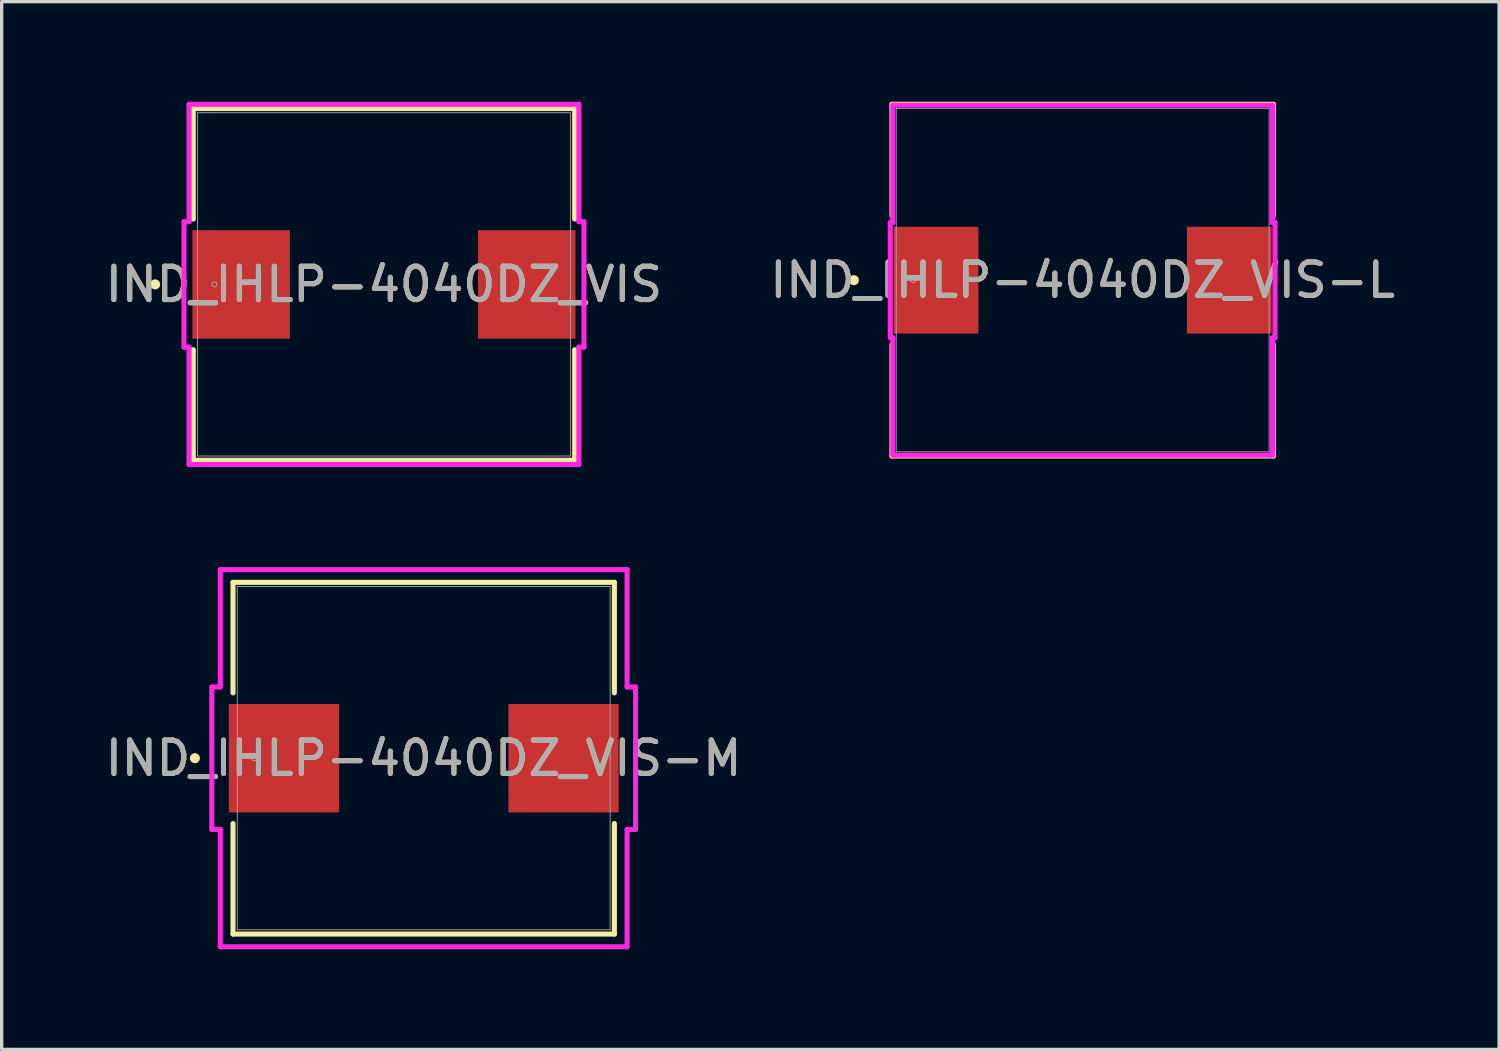
<source format=kicad_pcb>
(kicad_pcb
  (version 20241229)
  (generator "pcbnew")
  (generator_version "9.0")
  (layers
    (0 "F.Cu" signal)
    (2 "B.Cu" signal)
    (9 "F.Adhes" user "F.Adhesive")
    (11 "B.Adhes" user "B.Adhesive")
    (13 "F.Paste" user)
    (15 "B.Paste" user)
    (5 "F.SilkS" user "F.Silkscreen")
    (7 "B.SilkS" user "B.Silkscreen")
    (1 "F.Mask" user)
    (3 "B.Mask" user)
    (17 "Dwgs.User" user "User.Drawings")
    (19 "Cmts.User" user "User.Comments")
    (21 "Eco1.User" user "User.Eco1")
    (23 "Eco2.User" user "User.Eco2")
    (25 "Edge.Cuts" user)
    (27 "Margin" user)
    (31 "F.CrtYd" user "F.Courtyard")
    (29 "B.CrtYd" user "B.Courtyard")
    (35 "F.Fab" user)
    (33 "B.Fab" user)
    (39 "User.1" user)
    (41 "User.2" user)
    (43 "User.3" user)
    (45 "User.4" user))
  (footprint "IND_IHLP-4040DZ_VIS"
    (layer "F.Cu")
    (at 8.458 5.474)
    (property "Reference" "IND_IHLP-4040DZ_VIS" (at 0 0 0) (unlocked yes) (layer "F.SilkS") (effects (font (size 1 1) (thickness 0.15))))
    (attr smd)
    (fp_line (start -5.715 -5.271) (end -5.715 -1.958) (stroke (width 0.152) (type solid)) (layer "F.SilkS"))
    (fp_line (start -5.715 1.958) (end -5.715 5.271) (stroke (width 0.152) (type solid)) (layer "F.SilkS"))
    (fp_line (start -5.715 5.271) (end 5.715 5.271) (stroke (width 0.152) (type solid)) (layer "F.SilkS"))
    (fp_line (start 5.715 -5.271) (end -5.715 -5.271) (stroke (width 0.152) (type solid)) (layer "F.SilkS"))
    (fp_line (start 5.715 -1.958) (end 5.715 -5.271) (stroke (width 0.152) (type solid)) (layer "F.SilkS"))
    (fp_line (start 5.715 5.271) (end 5.715 1.958) (stroke (width 0.152) (type solid)) (layer "F.SilkS"))
    (fp_circle (center -6.858 0) (end -6.782 0) (stroke (width 0.152) (type solid)) (fill no) (layer "F.SilkS"))
    (fp_line (start -5.994 -1.88) (end -5.842 -1.88) (stroke (width 0.152) (type solid)) (layer "F.CrtYd"))
    (fp_line (start -5.994 1.88) (end -5.994 -1.88) (stroke (width 0.152) (type solid)) (layer "F.CrtYd"))
    (fp_line (start -5.842 -5.397) (end 5.842 -5.397) (stroke (width 0.152) (type solid)) (layer "F.CrtYd"))
    (fp_line (start -5.842 -1.88) (end -5.842 -5.397) (stroke (width 0.152) (type solid)) (layer "F.CrtYd"))
    (fp_line (start -5.842 1.88) (end -5.994 1.88) (stroke (width 0.152) (type solid)) (layer "F.CrtYd"))
    (fp_line (start -5.842 5.397) (end -5.842 1.88) (stroke (width 0.152) (type solid)) (layer "F.CrtYd"))
    (fp_line (start 5.842 -5.397) (end 5.842 -1.88) (stroke (width 0.152) (type solid)) (layer "F.CrtYd"))
    (fp_line (start 5.842 -1.88) (end 5.994 -1.88) (stroke (width 0.152) (type solid)) (layer "F.CrtYd"))
    (fp_line (start 5.842 1.88) (end 5.842 5.397) (stroke (width 0.152) (type solid)) (layer "F.CrtYd"))
    (fp_line (start 5.842 5.397) (end -5.842 5.397) (stroke (width 0.152) (type solid)) (layer "F.CrtYd"))
    (fp_line (start 5.994 -1.88) (end 5.994 1.88) (stroke (width 0.152) (type solid)) (layer "F.CrtYd"))
    (fp_line (start 5.994 1.88) (end 5.842 1.88) (stroke (width 0.152) (type solid)) (layer "F.CrtYd"))
    (fp_line (start -5.588 -5.144) (end -5.588 5.144) (stroke (width 0.025) (type solid)) (layer "F.Fab"))
    (fp_line (start -5.588 5.144) (end 5.588 5.144) (stroke (width 0.025) (type solid)) (layer "F.Fab"))
    (fp_line (start 5.588 -5.144) (end -5.588 -5.144) (stroke (width 0.025) (type solid)) (layer "F.Fab"))
    (fp_line (start 5.588 5.144) (end 5.588 -5.144) (stroke (width 0.025) (type solid)) (layer "F.Fab"))
    (fp_circle (center -5.08 0) (end -5.004 0) (stroke (width 0.025) (type solid)) (fill no) (layer "F.Fab"))
    (fp_text user "${REFERENCE}" (at 0 0 0) (unlocked yes) (layer "F.Fab") (effects (font (size 1 1) (thickness 0.15))))
    (pad "1" smd rect (at -4.28 0 90) (size 3.251 2.921) (layers "F.Cu" "F.Mask" "F.Paste"))
    (pad "2" smd rect (at 4.28 0 90) (size 3.251 2.921) (layers "F.Cu" "F.Mask" "F.Paste"))
    (zone (net_name "") (layer "F.Cu") (hatch full 0.508) (connect_pads) (min_thickness 0.254) (filled_areas_thickness no) (keepout (tracks not_allowed) (vias not_allowed) (pads allowed) (copperpour not_allowed) (footprints allowed)) (placement (enabled no)) (fill) (polygon (pts (xy 2.921 0.381) (xy 13.996 0.381) (xy 13.996 3.797) (xy 2.921 3.797))))
    (zone (net_name "") (layer "F.Cu") (hatch full 0.508) (connect_pads) (min_thickness 0.254) (filled_areas_thickness no) (keepout (tracks not_allowed) (vias not_allowed) (pads allowed) (copperpour not_allowed) (footprints allowed)) (placement (enabled no)) (fill) (polygon (pts (xy 2.921 7.15) (xy 13.996 7.15) (xy 13.996 10.566) (xy 2.921 10.566))))
    (zone (net_name "") (layer "F.Cu") (hatch full 0.508) (connect_pads) (min_thickness 0.254) (filled_areas_thickness no) (keepout (tracks not_allowed) (vias not_allowed) (pads allowed) (copperpour not_allowed) (footprints allowed)) (placement (enabled no)) (fill) (polygon (pts (xy 5.69 3.797) (xy 11.227 3.797) (xy 11.227 7.15) (xy 5.69 7.15)))))
  (footprint "IND_IHLP-4040DZ_VIS-L"
    (layer "F.Cu")
    (at 29.399 5.347)
    (property "Reference" "IND_IHLP-4040DZ_VIS-L" (at 0 0 0) (unlocked yes) (layer "F.SilkS") (effects (font (size 1 1) (thickness 0.15))))
    (attr smd)
    (fp_line (start -5.715 -5.271) (end -5.715 -1.929) (stroke (width 0.152) (type solid)) (layer "F.SilkS"))
    (fp_line (start -5.715 1.929) (end -5.715 5.271) (stroke (width 0.152) (type solid)) (layer "F.SilkS"))
    (fp_line (start -5.715 5.271) (end 5.715 5.271) (stroke (width 0.152) (type solid)) (layer "F.SilkS"))
    (fp_line (start 5.715 -5.271) (end -5.715 -5.271) (stroke (width 0.152) (type solid)) (layer "F.SilkS"))
    (fp_line (start 5.715 -1.929) (end 5.715 -5.271) (stroke (width 0.152) (type solid)) (layer "F.SilkS"))
    (fp_line (start 5.715 5.271) (end 5.715 1.929) (stroke (width 0.152) (type solid)) (layer "F.SilkS"))
    (fp_circle (center -6.858 0) (end -6.782 0) (stroke (width 0.152) (type solid)) (fill no) (layer "F.SilkS"))
    (fp_line (start -5.766 -1.727) (end -5.69 -1.727) (stroke (width 0.152) (type solid)) (layer "F.CrtYd"))
    (fp_line (start -5.766 1.727) (end -5.766 -1.727) (stroke (width 0.152) (type solid)) (layer "F.CrtYd"))
    (fp_line (start -5.69 -5.245) (end 5.69 -5.245) (stroke (width 0.152) (type solid)) (layer "F.CrtYd"))
    (fp_line (start -5.69 -1.727) (end -5.69 -5.245) (stroke (width 0.152) (type solid)) (layer "F.CrtYd"))
    (fp_line (start -5.69 1.727) (end -5.766 1.727) (stroke (width 0.152) (type solid)) (layer "F.CrtYd"))
    (fp_line (start -5.69 5.245) (end -5.69 1.727) (stroke (width 0.152) (type solid)) (layer "F.CrtYd"))
    (fp_line (start 5.69 -5.245) (end 5.69 -1.727) (stroke (width 0.152) (type solid)) (layer "F.CrtYd"))
    (fp_line (start 5.69 -1.727) (end 5.766 -1.727) (stroke (width 0.152) (type solid)) (layer "F.CrtYd"))
    (fp_line (start 5.69 1.727) (end 5.69 5.245) (stroke (width 0.152) (type solid)) (layer "F.CrtYd"))
    (fp_line (start 5.69 5.245) (end -5.69 5.245) (stroke (width 0.152) (type solid)) (layer "F.CrtYd"))
    (fp_line (start 5.766 -1.727) (end 5.766 1.727) (stroke (width 0.152) (type solid)) (layer "F.CrtYd"))
    (fp_line (start 5.766 1.727) (end 5.69 1.727) (stroke (width 0.152) (type solid)) (layer "F.CrtYd"))
    (fp_line (start -5.588 -5.144) (end -5.588 5.144) (stroke (width 0.025) (type solid)) (layer "F.Fab"))
    (fp_line (start -5.588 5.144) (end 5.588 5.144) (stroke (width 0.025) (type solid)) (layer "F.Fab"))
    (fp_line (start 5.588 -5.144) (end -5.588 -5.144) (stroke (width 0.025) (type solid)) (layer "F.Fab"))
    (fp_line (start 5.588 5.144) (end 5.588 -5.144) (stroke (width 0.025) (type solid)) (layer "F.Fab"))
    (fp_circle (center -5.08 0) (end -5.004 0) (stroke (width 0.025) (type solid)) (fill no) (layer "F.Fab"))
    (fp_text user "${REFERENCE}" (at 0 0 0) (unlocked yes) (layer "F.Fab") (effects (font (size 1 1) (thickness 0.15))))
    (pad "1" smd rect (at -4.394 0 90) (size 3.2 2.54) (layers "F.Cu" "F.Mask" "F.Paste"))
    (pad "2" smd rect (at 4.394 0 90) (size 3.2 2.54) (layers "F.Cu" "F.Mask" "F.Paste"))
    (zone (net_name "") (layer "F.Cu") (hatch full 0.508) (connect_pads) (min_thickness 0.254) (filled_areas_thickness no) (keepout (tracks not_allowed) (vias not_allowed) (pads allowed) (copperpour not_allowed) (footprints allowed)) (placement (enabled no)) (fill) (polygon (pts (xy 23.862 0.254) (xy 34.936 0.254) (xy 34.936 3.67) (xy 23.862 3.67))))
    (zone (net_name "") (layer "F.Cu") (hatch full 0.508) (connect_pads) (min_thickness 0.254) (filled_areas_thickness no) (keepout (tracks not_allowed) (vias not_allowed) (pads allowed) (copperpour not_allowed) (footprints allowed)) (placement (enabled no)) (fill) (polygon (pts (xy 23.862 7.023) (xy 34.936 7.023) (xy 34.936 10.439) (xy 23.862 10.439))))
    (zone (net_name "") (layer "F.Cu") (hatch full 0.508) (connect_pads) (min_thickness 0.254) (filled_areas_thickness no) (keepout (tracks not_allowed) (vias not_allowed) (pads allowed) (copperpour not_allowed) (footprints allowed)) (placement (enabled no)) (fill) (polygon (pts (xy 26.325 3.67) (xy 32.472 3.67) (xy 32.472 7.023) (xy 26.325 7.023)))))
  (footprint "IND_IHLP-4040DZ_VIS-M"
    (layer "F.Cu")
    (at 9.649 19.675)
    (property "Reference" "IND_IHLP-4040DZ_VIS-M" (at 0 0 0) (unlocked yes) (layer "F.SilkS") (effects (font (size 1 1) (thickness 0.15))))
    (attr smd)
    (fp_line (start -5.715 -5.271) (end -5.715 -1.958) (stroke (width 0.152) (type solid)) (layer "F.SilkS"))
    (fp_line (start -5.715 1.958) (end -5.715 5.271) (stroke (width 0.152) (type solid)) (layer "F.SilkS"))
    (fp_line (start -5.715 5.271) (end 5.715 5.271) (stroke (width 0.152) (type solid)) (layer "F.SilkS"))
    (fp_line (start 5.715 -5.271) (end -5.715 -5.271) (stroke (width 0.152) (type solid)) (layer "F.SilkS"))
    (fp_line (start 5.715 -1.958) (end 5.715 -5.271) (stroke (width 0.152) (type solid)) (layer "F.SilkS"))
    (fp_line (start 5.715 5.271) (end 5.715 1.958) (stroke (width 0.152) (type solid)) (layer "F.SilkS"))
    (fp_circle (center -6.858 0) (end -6.782 0) (stroke (width 0.152) (type solid)) (fill no) (layer "F.SilkS"))
    (fp_line (start -6.35 -2.134) (end -6.096 -2.134) (stroke (width 0.152) (type solid)) (layer "F.CrtYd"))
    (fp_line (start -6.35 2.134) (end -6.35 -2.134) (stroke (width 0.152) (type solid)) (layer "F.CrtYd"))
    (fp_line (start -6.096 -5.652) (end 6.096 -5.652) (stroke (width 0.152) (type solid)) (layer "F.CrtYd"))
    (fp_line (start -6.096 -2.134) (end -6.096 -5.652) (stroke (width 0.152) (type solid)) (layer "F.CrtYd"))
    (fp_line (start -6.096 2.134) (end -6.35 2.134) (stroke (width 0.152) (type solid)) (layer "F.CrtYd"))
    (fp_line (start -6.096 5.652) (end -6.096 2.134) (stroke (width 0.152) (type solid)) (layer "F.CrtYd"))
    (fp_line (start 6.096 -5.652) (end 6.096 -2.134) (stroke (width 0.152) (type solid)) (layer "F.CrtYd"))
    (fp_line (start 6.096 -2.134) (end 6.35 -2.134) (stroke (width 0.152) (type solid)) (layer "F.CrtYd"))
    (fp_line (start 6.096 2.134) (end 6.096 5.652) (stroke (width 0.152) (type solid)) (layer "F.CrtYd"))
    (fp_line (start 6.096 5.652) (end -6.096 5.652) (stroke (width 0.152) (type solid)) (layer "F.CrtYd"))
    (fp_line (start 6.35 -2.134) (end 6.35 2.134) (stroke (width 0.152) (type solid)) (layer "F.CrtYd"))
    (fp_line (start 6.35 2.134) (end 6.096 2.134) (stroke (width 0.152) (type solid)) (layer "F.CrtYd"))
    (fp_line (start -5.588 -5.144) (end -5.588 5.144) (stroke (width 0.025) (type solid)) (layer "F.Fab"))
    (fp_line (start -5.588 5.144) (end 5.588 5.144) (stroke (width 0.025) (type solid)) (layer "F.Fab"))
    (fp_line (start 5.588 -5.144) (end -5.588 -5.144) (stroke (width 0.025) (type solid)) (layer "F.Fab"))
    (fp_line (start 5.588 5.144) (end 5.588 -5.144) (stroke (width 0.025) (type solid)) (layer "F.Fab"))
    (fp_circle (center -5.08 0) (end -5.004 0) (stroke (width 0.025) (type solid)) (fill no) (layer "F.Fab"))
    (fp_text user "${REFERENCE}" (at 0 0 0) (unlocked yes) (layer "F.Fab") (effects (font (size 1 1) (thickness 0.15))))
    (pad "1" smd rect (at -4.191 0 90) (size 3.251 3.302) (layers "F.Cu" "F.Mask" "F.Paste"))
    (pad "2" smd rect (at 4.191 0 90) (size 3.251 3.302) (layers "F.Cu" "F.Mask" "F.Paste"))
    (zone (net_name "") (layer "F.Cu") (hatch full 0.508) (connect_pads) (min_thickness 0.254) (filled_areas_thickness no) (keepout (tracks not_allowed) (vias not_allowed) (pads allowed) (copperpour not_allowed) (footprints allowed)) (placement (enabled no)) (fill) (polygon (pts (xy 4.112 14.582) (xy 15.186 14.582) (xy 15.186 17.999) (xy 4.112 17.999))))
    (zone (net_name "") (layer "F.Cu") (hatch full 0.508) (connect_pads) (min_thickness 0.254) (filled_areas_thickness no) (keepout (tracks not_allowed) (vias not_allowed) (pads allowed) (copperpour not_allowed) (footprints allowed)) (placement (enabled no)) (fill) (polygon (pts (xy 4.112 21.352) (xy 15.186 21.352) (xy 15.186 24.768) (xy 4.112 24.768))))
    (zone (net_name "") (layer "F.Cu") (hatch full 0.508) (connect_pads) (min_thickness 0.254) (filled_areas_thickness no) (keepout (tracks not_allowed) (vias not_allowed) (pads allowed) (copperpour not_allowed) (footprints allowed)) (placement (enabled no)) (fill) (polygon (pts (xy 7.16 17.999) (xy 12.138 17.999) (xy 12.138 21.352) (xy 7.16 21.352)))))
  (gr_rect
    (start -3 -3)
    (end 41.881 28.403)
    (stroke (width 0.1) (type default))
    (fill no)
    (layer "Edge.Cuts")))
</source>
